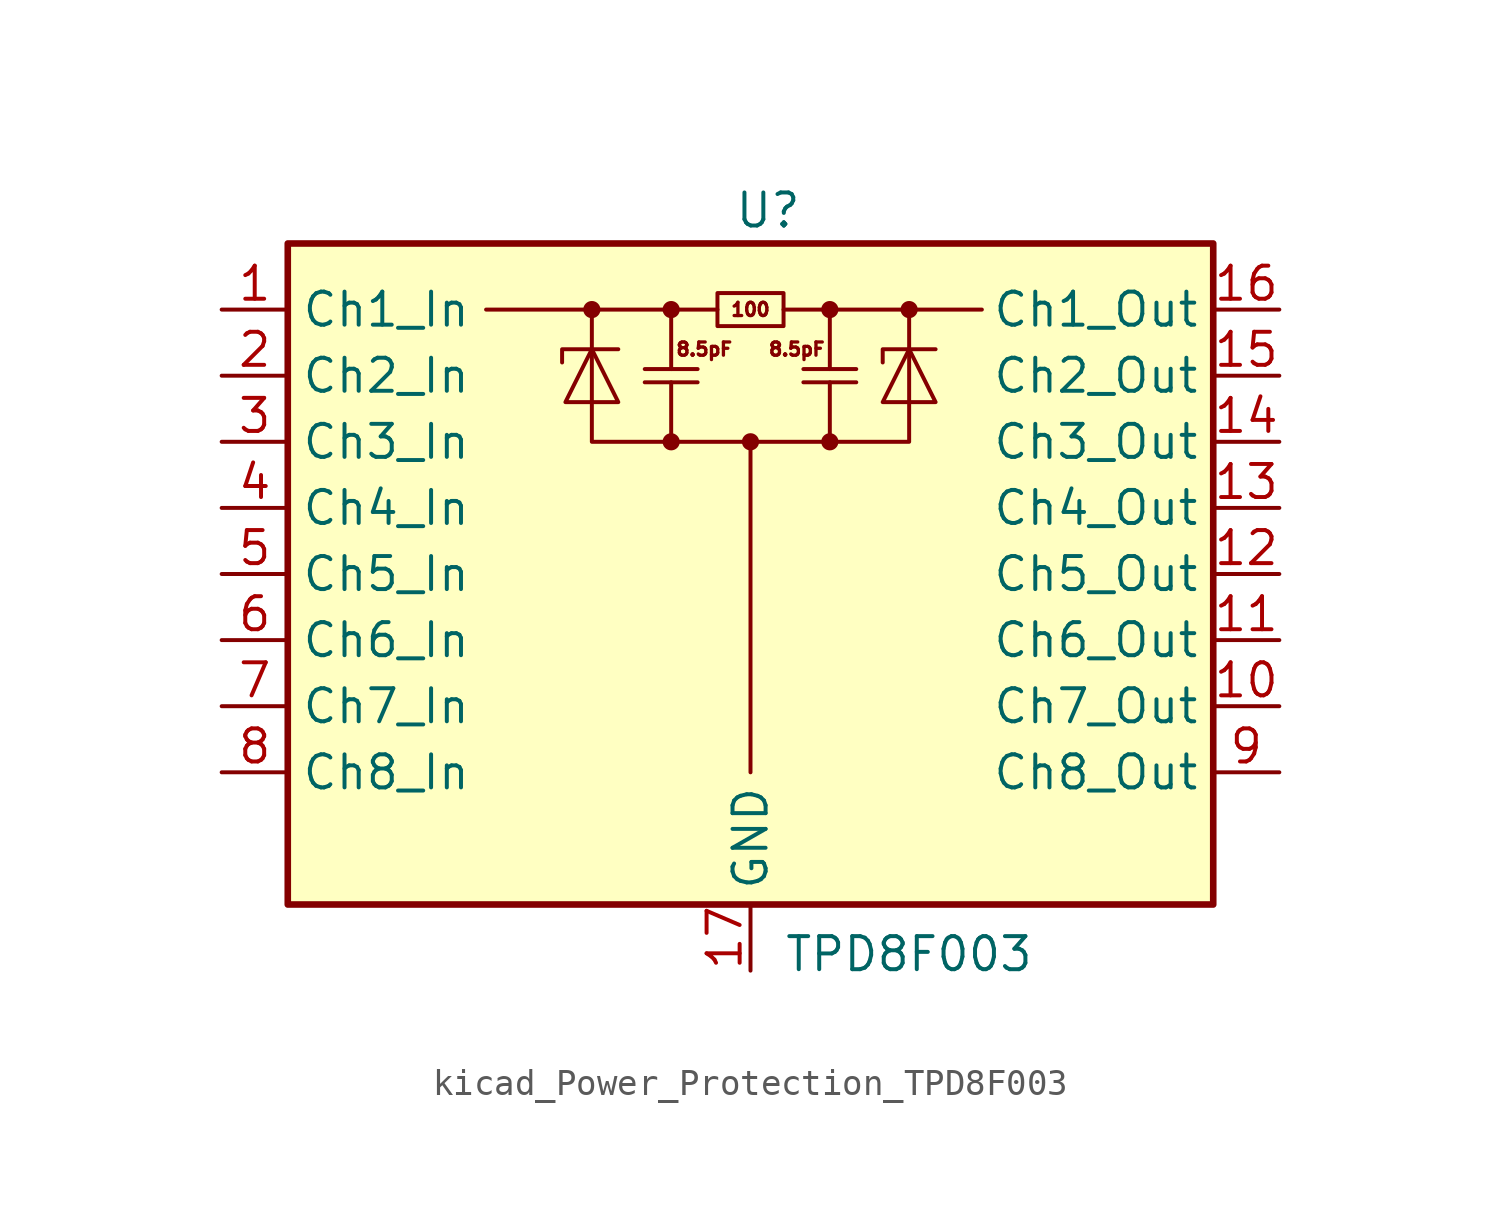
<source format=kicad_sym>
(kicad_symbol_lib
  (version 20220914)
  (generator kicad_symbol_editor)
  (symbol "kicad_Power_Protection_TPD8F003"
    (property "Reference" "U"
      (at -0.635 13.97 0)
      (effects (font (size 1.27 1.27)) (justify left)))
    (property "Value" "TPD8F003"
      (at 1.27 -14.605 0)
      (effects (font (size 1.27 1.27)) (justify left)))
    (symbol "kicad_Power_Protection_TPD8F003_0_0"
      (circle (center -6.096 10.16) (radius 0.254) (stroke (width 0) (type default)) (fill (type outline)))
      (circle (center -3.048 5.08) (radius 0.254) (stroke (width 0) (type default)) (fill (type outline)))
      (circle (center -3.048 10.16) (radius 0.254) (stroke (width 0) (type default)) (fill (type outline)))
      (polyline (pts (xy -6.096 10.16) (xy -6.096 5.08) (xy 6.096 5.08) (xy 6.096 10.16)) (stroke (width 0) (type default)) (fill (type none)))
      (circle (center 0 5.08) (radius 0.254) (stroke (width 0) (type default)) (fill (type outline)))
      (circle (center 3.048 5.08) (radius 0.254) (stroke (width 0) (type default)) (fill (type outline)))
      (circle (center 3.048 10.16) (radius 0.254) (stroke (width 0) (type default)) (fill (type outline)))
      (circle (center 6.096 10.16) (radius 0.254) (stroke (width 0) (type default)) (fill (type outline)))
      (text "100" (at 0 10.16 0) (effects (font (size 0.508 0.508))))
      (text "8.5pF" (at -1.778 8.636 0) (effects (font (size 0.508 0.508))))
      (text "8.5pF" (at 1.778 8.636 0) (effects (font (size 0.508 0.508)))))
    (symbol "kicad_Power_Protection_TPD8F003_0_1"
      (rectangle (start -17.78 12.7) (end 17.78 -12.7) (stroke (width 0.254) (type default)) (fill (type background)))
      (polyline (pts (xy -4.064 7.874) (xy -2.032 7.874)) (stroke (width 0) (type default)) (fill (type none)))
      (polyline (pts (xy -3.048 7.366) (xy -3.048 5.08)) (stroke (width 0) (type default)) (fill (type none)))
      (polyline (pts (xy -3.048 10.16) (xy -3.048 7.874)) (stroke (width 0) (type default)) (fill (type none)))
      (polyline (pts (xy -2.032 7.366) (xy -4.064 7.366)) (stroke (width 0) (type default)) (fill (type none)))
      (polyline (pts (xy -1.27 10.16) (xy -10.16 10.16)) (stroke (width 0) (type default)) (fill (type none)))
      (polyline (pts (xy 0 5.08) (xy 0 -7.62)) (stroke (width 0) (type default)) (fill (type none)))
      (polyline (pts (xy 1.27 10.16) (xy 8.89 10.16)) (stroke (width 0) (type default)) (fill (type none)))
      (polyline (pts (xy 2.032 7.874) (xy 4.064 7.874)) (stroke (width 0) (type default)) (fill (type none)))
      (polyline (pts (xy 3.048 7.366) (xy 3.048 5.08)) (stroke (width 0) (type default)) (fill (type none)))
      (polyline (pts (xy 3.048 10.16) (xy 3.048 7.874)) (stroke (width 0) (type default)) (fill (type none)))
      (polyline (pts (xy 4.064 7.366) (xy 2.032 7.366)) (stroke (width 0) (type default)) (fill (type none)))
      (polyline (pts (xy -5.08 8.636) (xy -7.239 8.636) (xy -7.239 8.128)) (stroke (width 0) (type default)) (fill (type none)))
      (polyline (pts (xy 5.08 8.128) (xy 5.08 8.636) (xy 7.112 8.636)) (stroke (width 0) (type default)) (fill (type none)))
      (polyline (pts (xy -6.096 8.636) (xy -5.08 6.604) (xy -7.112 6.604) (xy -6.096 8.636)) (stroke (width 0) (type default)) (fill (type none)))
      (polyline (pts (xy 6.096 8.636) (xy 5.08 6.604) (xy 7.112 6.604) (xy 6.096 8.636)) (stroke (width 0) (type default)) (fill (type none)))
      (polyline (pts (xy -1.27 10.16) (xy -1.27 9.525) (xy 1.27 9.525) (xy 1.27 10.795) (xy -1.27 10.795) (xy -1.27 10.16)) (stroke (width 0) (type default)) (fill (type none))))
    (symbol "kicad_Power_Protection_TPD8F003_1_1"
      (pin passive line (at -20.32 10.16 0) (length 2.54) (name "Ch1_In" (effects (font (size 1.27 1.27)))) (number "1" (effects (font (size 1.27 1.27)))))
      (pin passive line (at 20.32 -5.08 180) (length 2.54) (name "Ch7_Out" (effects (font (size 1.27 1.27)))) (number "10" (effects (font (size 1.27 1.27)))))
      (pin passive line (at 20.32 -2.54 180) (length 2.54) (name "Ch6_Out" (effects (font (size 1.27 1.27)))) (number "11" (effects (font (size 1.27 1.27)))))
      (pin passive line (at 20.32 0 180) (length 2.54) (name "Ch5_Out" (effects (font (size 1.27 1.27)))) (number "12" (effects (font (size 1.27 1.27)))))
      (pin passive line (at 20.32 2.54 180) (length 2.54) (name "Ch4_Out" (effects (font (size 1.27 1.27)))) (number "13" (effects (font (size 1.27 1.27)))))
      (pin passive line (at 20.32 5.08 180) (length 2.54) (name "Ch3_Out" (effects (font (size 1.27 1.27)))) (number "14" (effects (font (size 1.27 1.27)))))
      (pin passive line (at 20.32 7.62 180) (length 2.54) (name "Ch2_Out" (effects (font (size 1.27 1.27)))) (number "15" (effects (font (size 1.27 1.27)))))
      (pin passive line (at 20.32 10.16 180) (length 2.54) (name "Ch1_Out" (effects (font (size 1.27 1.27)))) (number "16" (effects (font (size 1.27 1.27)))))
      (pin power_in line (at 0 -15.24 90) (length 2.54) (name "GND" (effects (font (size 1.27 1.27)))) (number "17" (effects (font (size 1.27 1.27)))))
      (pin passive line (at -20.32 7.62 0) (length 2.54) (name "Ch2_In" (effects (font (size 1.27 1.27)))) (number "2" (effects (font (size 1.27 1.27)))))
      (pin passive line (at -20.32 5.08 0) (length 2.54) (name "Ch3_In" (effects (font (size 1.27 1.27)))) (number "3" (effects (font (size 1.27 1.27)))))
      (pin passive line (at -20.32 2.54 0) (length 2.54) (name "Ch4_In" (effects (font (size 1.27 1.27)))) (number "4" (effects (font (size 1.27 1.27)))))
      (pin passive line (at -20.32 0 0) (length 2.54) (name "Ch5_In" (effects (font (size 1.27 1.27)))) (number "5" (effects (font (size 1.27 1.27)))))
      (pin passive line (at -20.32 -2.54 0) (length 2.54) (name "Ch6_In" (effects (font (size 1.27 1.27)))) (number "6" (effects (font (size 1.27 1.27)))))
      (pin passive line (at -20.32 -5.08 0) (length 2.54) (name "Ch7_In" (effects (font (size 1.27 1.27)))) (number "7" (effects (font (size 1.27 1.27)))))
      (pin passive line (at -20.32 -7.62 0) (length 2.54) (name "Ch8_In" (effects (font (size 1.27 1.27)))) (number "8" (effects (font (size 1.27 1.27)))))
      (pin passive line (at 20.32 -7.62 180) (length 2.54) (name "Ch8_Out" (effects (font (size 1.27 1.27)))) (number "9" (effects (font (size 1.27 1.27))))))))
</source>
